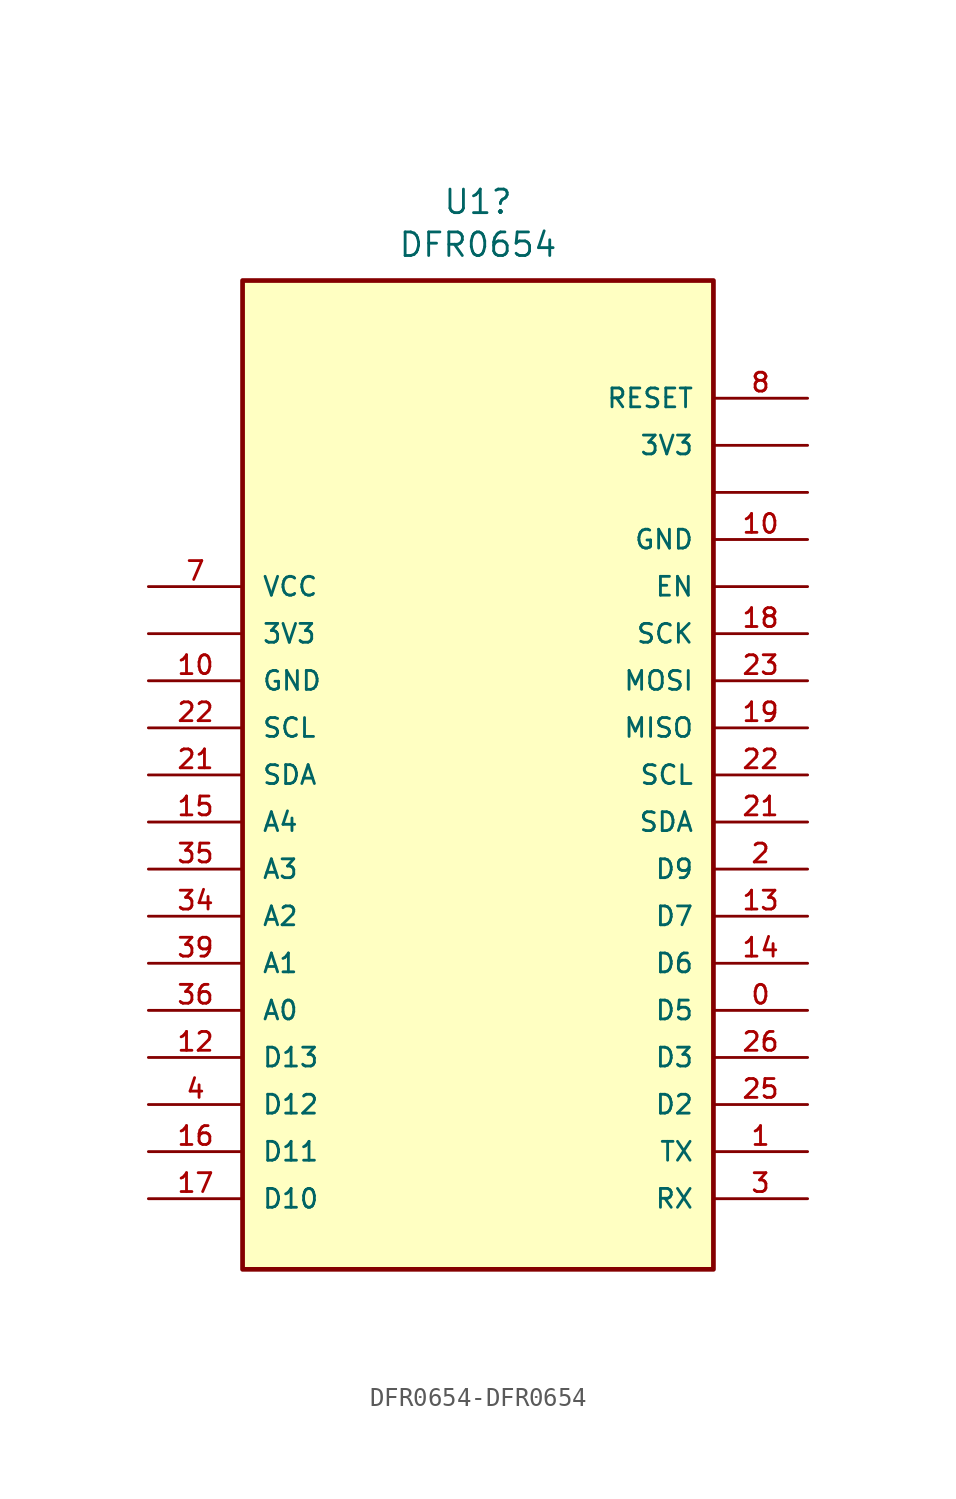
<source format=kicad_sym>
(kicad_symbol_lib
  (version 20211014)
  (generator kicad_symbol_editor)
  (symbol "DFR0654-DFR0654"
    (pin_names
      (offset 1.016))
    (property "Reference" "U1"
      (at -29.21 -14.808 0)
      (effects (font (size 1.27 1.27))))
    (property "Value" "DFR0654"
      (at -29.21 -17.12 0)
      (effects (font (size 1.27 1.27))))
    (symbol "DFR0654-DFR0654_0_0"
      (rectangle (start -41.91 -72.39) (end -16.51 -19.05) (stroke (width 0.254) (type default) (color 0 0 0 0)) (fill (type background)))
      (pin input line (at -46.99 -38.1 0) (length 5.08) (name "3V3" (effects (font (size 1.016 1.016)))) (number "" (effects (font (size 1.016 1.016)))))
      (pin bidirectional line (at -11.43 -58.42 180) (length 5.08) (name "D5" (effects (font (size 1.016 1.016)))) (number "0" (effects (font (size 1.016 1.016)))))
      (pin output line (at -11.43 -33.02 180) (length 5.08) (name "GND" (effects (font (size 1.016 1.016)))) (number "10" (effects (font (size 1.016 1.016)))))
      (pin bidirectional line (at -11.43 -53.34 180) (length 5.08) (name "D7" (effects (font (size 1.016 1.016)))) (number "13" (effects (font (size 1.016 1.016)))))
      (pin bidirectional line (at -11.43 -55.88 180) (length 5.08) (name "D6" (effects (font (size 1.016 1.016)))) (number "14" (effects (font (size 1.016 1.016)))))
      (pin input line (at -46.99 -48.26 0) (length 5.08) (name "A4" (effects (font (size 1.016 1.016)))) (number "15" (effects (font (size 1.016 1.016)))))
      (pin bidirectional line (at -11.43 -38.1 180) (length 5.08) (name "SCK" (effects (font (size 1.016 1.016)))) (number "18" (effects (font (size 1.016 1.016)))))
      (pin bidirectional line (at -11.43 -43.18 180) (length 5.08) (name "MISO" (effects (font (size 1.016 1.016)))) (number "19" (effects (font (size 1.016 1.016)))))
      (pin bidirectional line (at -11.43 -50.8 180) (length 5.08) (name "D9" (effects (font (size 1.016 1.016)))) (number "2" (effects (font (size 1.016 1.016)))))
      (pin input line (at -46.99 -45.72 0) (length 5.08) (name "SDA" (effects (font (size 1.016 1.016)))) (number "21" (effects (font (size 1.016 1.016)))))
      (pin bidirectional line (at -11.43 -48.26 180) (length 5.08) (name "SDA" (effects (font (size 1.016 1.016)))) (number "21" (effects (font (size 1.016 1.016)))))
      (pin input line (at -46.99 -43.18 0) (length 5.08) (name "SCL" (effects (font (size 1.016 1.016)))) (number "22" (effects (font (size 1.016 1.016)))))
      (pin bidirectional line (at -11.43 -45.72 180) (length 5.08) (name "SCL" (effects (font (size 1.016 1.016)))) (number "22" (effects (font (size 1.016 1.016)))))
      (pin bidirectional line (at -11.43 -40.64 180) (length 5.08) (name "MOSI" (effects (font (size 1.016 1.016)))) (number "23" (effects (font (size 1.016 1.016)))))
      (pin bidirectional line (at -11.43 -60.96 180) (length 5.08) (name "D3" (effects (font (size 1.016 1.016)))) (number "26" (effects (font (size 1.016 1.016)))))
      (pin input line (at -46.99 -53.34 0) (length 5.08) (name "A2" (effects (font (size 1.016 1.016)))) (number "34" (effects (font (size 1.016 1.016)))))
      (pin input line (at -46.99 -50.8 0) (length 5.08) (name "A3" (effects (font (size 1.016 1.016)))) (number "35" (effects (font (size 1.016 1.016)))))
      (pin input line (at -46.99 -35.56 0) (length 5.08) (name "VCC" (effects (font (size 1.016 1.016)))) (number "7" (effects (font (size 1.016 1.016)))))
      (pin input line (at -11.43 -35.56 180) (length 5.08) (name "EN" (effects (font (size 1.016 1.016)))) (number "~" (effects (font (size 1.016 1.016))))))
    (symbol "DFR0654-DFR0654_1_1"
      (pin bidirectional line (at -11.43 -27.94 180) (length 5.08) (name "3V3" (effects (font (size 1.016 1.016)))) (number "" (effects (font (size 1.016 1.016)))))
      (pin bidirectional line (at -11.43 -66.04 180) (length 5.08) (name "TX" (effects (font (size 1.016 1.016)))) (number "1" (effects (font (size 1.016 1.016)))))
      (pin input line (at -46.99 -40.64 0) (length 5.08) (name "GND" (effects (font (size 1.016 1.016)))) (number "10" (effects (font (size 1.016 1.016)))))
      (pin input line (at -46.99 -60.96 0) (length 5.08) (name "D13" (effects (font (size 1.016 1.016)))) (number "12" (effects (font (size 1.016 1.016)))))
      (pin input line (at -46.99 -66.04 0) (length 5.08) (name "D11" (effects (font (size 1.016 1.016)))) (number "16" (effects (font (size 1.016 1.016)))))
      (pin input line (at -46.99 -68.58 0) (length 5.08) (name "D10" (effects (font (size 1.016 1.016)))) (number "17" (effects (font (size 1.016 1.016)))))
      (pin bidirectional line (at -11.43 -63.5 180) (length 5.08) (name "D2" (effects (font (size 1.016 1.016)))) (number "25" (effects (font (size 1.016 1.016)))))
      (pin bidirectional line (at -11.43 -68.58 180) (length 5.08) (name "RX" (effects (font (size 1.016 1.016)))) (number "3" (effects (font (size 1.016 1.016)))))
      (pin input line (at -46.99 -58.42 0) (length 5.08) (name "A0" (effects (font (size 1.016 1.016)))) (number "36" (effects (font (size 1.016 1.016)))))
      (pin input line (at -46.99 -55.88 0) (length 5.08) (name "A1" (effects (font (size 1.016 1.016)))) (number "39" (effects (font (size 1.016 1.016)))))
      (pin input line (at -46.99 -63.5 0) (length 5.08) (name "D12" (effects (font (size 1.016 1.016)))) (number "4" (effects (font (size 1.016 1.016)))))
      (pin bidirectional line (at -11.43 -25.4 180) (length 5.08) (name "RESET" (effects (font (size 1.016 1.016)))) (number "8" (effects (font (size 1.016 1.016)))))
      (pin bidirectional line (at -11.43 -30.48 180) (length 5.08) (name "~" (effects (font (size 1.016 1.016)))) (number "~" (effects (font (size 1.016 1.016))))))))
</source>
